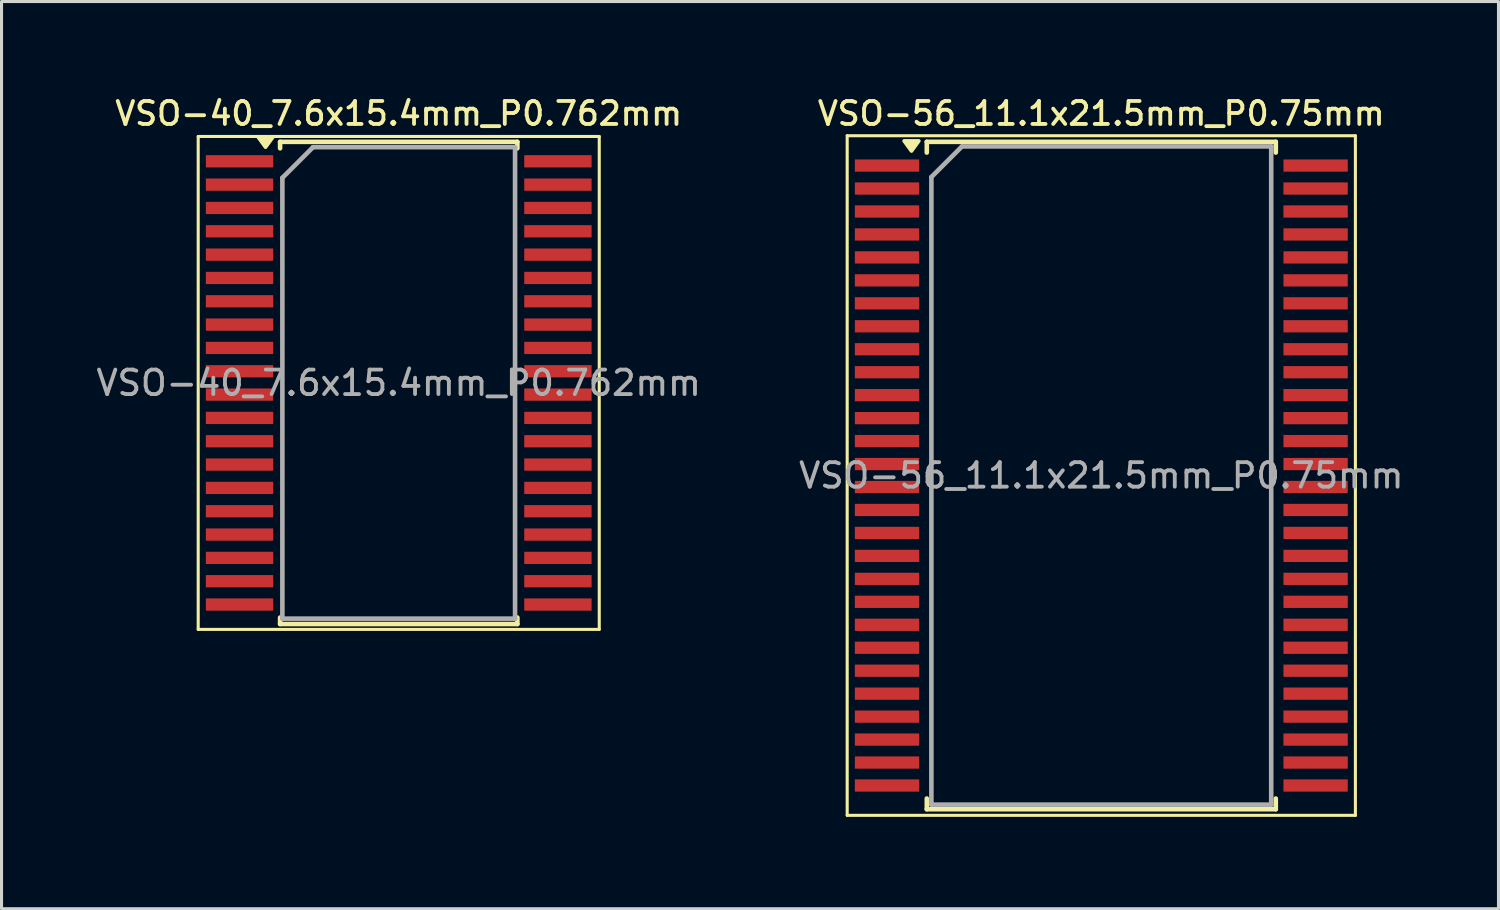
<source format=kicad_pcb>
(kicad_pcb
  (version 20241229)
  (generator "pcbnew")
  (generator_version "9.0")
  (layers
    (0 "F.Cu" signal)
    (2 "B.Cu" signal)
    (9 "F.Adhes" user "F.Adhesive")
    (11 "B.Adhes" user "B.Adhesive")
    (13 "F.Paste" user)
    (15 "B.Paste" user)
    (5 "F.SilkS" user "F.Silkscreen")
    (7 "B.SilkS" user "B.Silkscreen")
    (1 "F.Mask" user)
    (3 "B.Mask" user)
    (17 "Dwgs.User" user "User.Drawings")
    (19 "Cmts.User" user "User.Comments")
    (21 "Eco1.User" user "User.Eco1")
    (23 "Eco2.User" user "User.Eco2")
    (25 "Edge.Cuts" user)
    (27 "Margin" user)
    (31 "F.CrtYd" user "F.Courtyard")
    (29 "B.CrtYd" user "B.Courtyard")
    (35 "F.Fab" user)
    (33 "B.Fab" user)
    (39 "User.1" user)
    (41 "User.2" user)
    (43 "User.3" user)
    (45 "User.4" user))
  (footprint "VSO-40_7.6x15.4mm_P0.762mm"
    (layer "F.Cu")
    (at 9.974 9.458)
    (property "Reference" "VSO-40_7.6x15.4mm_P0.762mm" (at 0 -8.8 0) (layer "F.SilkS") (effects (font (size 0.75 0.75) (thickness 0.125))))
    (attr smd)
    (fp_line (start -6.55 -8.05) (end -6.55 8.05) (stroke (width 0.1) (type solid)) (layer "F.SilkS"))
    (fp_line (start -6.55 -8.05) (end 6.55 -8.05) (stroke (width 0.1) (type solid)) (layer "F.SilkS"))
    (fp_line (start -6.55 8.05) (end 6.55 8.05) (stroke (width 0.1) (type solid)) (layer "F.SilkS"))
    (fp_line (start -3.875 -7.875) (end -3.875 -7.664) (stroke (width 0.15) (type solid)) (layer "F.SilkS"))
    (fp_line (start -3.875 -7.875) (end 3.875 -7.875) (stroke (width 0.15) (type solid)) (layer "F.SilkS"))
    (fp_line (start -3.875 7.875) (end -3.875 7.664) (stroke (width 0.15) (type solid)) (layer "F.SilkS"))
    (fp_line (start -3.875 7.875) (end 3.875 7.875) (stroke (width 0.15) (type solid)) (layer "F.SilkS"))
    (fp_line (start 3.875 -7.875) (end 3.875 -7.664) (stroke (width 0.15) (type solid)) (layer "F.SilkS"))
    (fp_line (start 3.875 7.875) (end 3.875 7.664) (stroke (width 0.15) (type solid)) (layer "F.SilkS"))
    (fp_line (start 6.55 -8.05) (end 6.55 8.05) (stroke (width 0.1) (type solid)) (layer "F.SilkS"))
    (fp_poly (pts (xy -4.35 -7.7) (xy -4.59 -8.03) (xy -4.11 -8.03) (xy -4.35 -7.7)) (stroke (width 0.12) (type solid)) (fill yes) (layer "F.SilkS"))
    (fp_line (start -3.8 -6.7) (end -2.8 -7.7) (stroke (width 0.15) (type solid)) (layer "F.Fab"))
    (fp_line (start -3.8 7.7) (end -3.8 -6.7) (stroke (width 0.15) (type solid)) (layer "F.Fab"))
    (fp_line (start -2.8 -7.7) (end 3.8 -7.7) (stroke (width 0.15) (type solid)) (layer "F.Fab"))
    (fp_line (start 3.8 -7.7) (end 3.8 7.7) (stroke (width 0.15) (type solid)) (layer "F.Fab"))
    (fp_line (start 3.8 7.7) (end -3.8 7.7) (stroke (width 0.15) (type solid)) (layer "F.Fab"))
    (fp_text user "${REFERENCE}" (at 0 0 0) (layer "F.Fab") (effects (font (size 0.8 0.8) (thickness 0.125))))
    (pad "1" smd rect (at -5.2 -7.239) (size 2.2 0.4) (layers "F.Cu" "F.Mask" "F.Paste"))
    (pad "2" smd rect (at -5.2 -6.477) (size 2.2 0.4) (layers "F.Cu" "F.Mask" "F.Paste"))
    (pad "3" smd rect (at -5.2 -5.715) (size 2.2 0.4) (layers "F.Cu" "F.Mask" "F.Paste"))
    (pad "4" smd rect (at -5.2 -4.953) (size 2.2 0.4) (layers "F.Cu" "F.Mask" "F.Paste"))
    (pad "5" smd rect (at -5.2 -4.191) (size 2.2 0.4) (layers "F.Cu" "F.Mask" "F.Paste"))
    (pad "6" smd rect (at -5.2 -3.429) (size 2.2 0.4) (layers "F.Cu" "F.Mask" "F.Paste"))
    (pad "7" smd rect (at -5.2 -2.667) (size 2.2 0.4) (layers "F.Cu" "F.Mask" "F.Paste"))
    (pad "8" smd rect (at -5.2 -1.905) (size 2.2 0.4) (layers "F.Cu" "F.Mask" "F.Paste"))
    (pad "9" smd rect (at -5.2 -1.143) (size 2.2 0.4) (layers "F.Cu" "F.Mask" "F.Paste"))
    (pad "10" smd rect (at -5.2 -0.381) (size 2.2 0.4) (layers "F.Cu" "F.Mask" "F.Paste"))
    (pad "11" smd rect (at -5.2 0.381) (size 2.2 0.4) (layers "F.Cu" "F.Mask" "F.Paste"))
    (pad "12" smd rect (at -5.2 1.143) (size 2.2 0.4) (layers "F.Cu" "F.Mask" "F.Paste"))
    (pad "13" smd rect (at -5.2 1.905) (size 2.2 0.4) (layers "F.Cu" "F.Mask" "F.Paste"))
    (pad "14" smd rect (at -5.2 2.667) (size 2.2 0.4) (layers "F.Cu" "F.Mask" "F.Paste"))
    (pad "15" smd rect (at -5.2 3.429) (size 2.2 0.4) (layers "F.Cu" "F.Mask" "F.Paste"))
    (pad "16" smd rect (at -5.2 4.191) (size 2.2 0.4) (layers "F.Cu" "F.Mask" "F.Paste"))
    (pad "17" smd rect (at -5.2 4.953) (size 2.2 0.4) (layers "F.Cu" "F.Mask" "F.Paste"))
    (pad "18" smd rect (at -5.2 5.715) (size 2.2 0.4) (layers "F.Cu" "F.Mask" "F.Paste"))
    (pad "19" smd rect (at -5.2 6.477) (size 2.2 0.4) (layers "F.Cu" "F.Mask" "F.Paste"))
    (pad "20" smd rect (at -5.2 7.239) (size 2.2 0.4) (layers "F.Cu" "F.Mask" "F.Paste"))
    (pad "21" smd rect (at 5.2 7.239) (size 2.2 0.4) (layers "F.Cu" "F.Mask" "F.Paste"))
    (pad "22" smd rect (at 5.2 6.477) (size 2.2 0.4) (layers "F.Cu" "F.Mask" "F.Paste"))
    (pad "23" smd rect (at 5.2 5.715) (size 2.2 0.4) (layers "F.Cu" "F.Mask" "F.Paste"))
    (pad "24" smd rect (at 5.2 4.953) (size 2.2 0.4) (layers "F.Cu" "F.Mask" "F.Paste"))
    (pad "25" smd rect (at 5.2 4.191) (size 2.2 0.4) (layers "F.Cu" "F.Mask" "F.Paste"))
    (pad "26" smd rect (at 5.2 3.429) (size 2.2 0.4) (layers "F.Cu" "F.Mask" "F.Paste"))
    (pad "27" smd rect (at 5.2 2.667) (size 2.2 0.4) (layers "F.Cu" "F.Mask" "F.Paste"))
    (pad "28" smd rect (at 5.2 1.905) (size 2.2 0.4) (layers "F.Cu" "F.Mask" "F.Paste"))
    (pad "29" smd rect (at 5.2 1.143) (size 2.2 0.4) (layers "F.Cu" "F.Mask" "F.Paste"))
    (pad "30" smd rect (at 5.2 0.381) (size 2.2 0.4) (layers "F.Cu" "F.Mask" "F.Paste"))
    (pad "31" smd rect (at 5.2 -0.381) (size 2.2 0.4) (layers "F.Cu" "F.Mask" "F.Paste"))
    (pad "32" smd rect (at 5.2 -1.143) (size 2.2 0.4) (layers "F.Cu" "F.Mask" "F.Paste"))
    (pad "33" smd rect (at 5.2 -1.905) (size 2.2 0.4) (layers "F.Cu" "F.Mask" "F.Paste"))
    (pad "34" smd rect (at 5.2 -2.667) (size 2.2 0.4) (layers "F.Cu" "F.Mask" "F.Paste"))
    (pad "35" smd rect (at 5.2 -3.429) (size 2.2 0.4) (layers "F.Cu" "F.Mask" "F.Paste"))
    (pad "36" smd rect (at 5.2 -4.191) (size 2.2 0.4) (layers "F.Cu" "F.Mask" "F.Paste"))
    (pad "37" smd rect (at 5.2 -4.953) (size 2.2 0.4) (layers "F.Cu" "F.Mask" "F.Paste"))
    (pad "38" smd rect (at 5.2 -5.715) (size 2.2 0.4) (layers "F.Cu" "F.Mask" "F.Paste"))
    (pad "39" smd rect (at 5.2 -6.477) (size 2.2 0.4) (layers "F.Cu" "F.Mask" "F.Paste"))
    (pad "40" smd rect (at 5.2 -7.239) (size 2.2 0.4) (layers "F.Cu" "F.Mask" "F.Paste")))
  (footprint "VSO-56_11.1x21.5mm_P0.75mm"
    (layer "F.Cu")
    (at 32.923 12.483)
    (property "Reference" "VSO-56_11.1x21.5mm_P0.75mm" (at 0 -11.825 0) (layer "F.SilkS") (effects (font (size 0.75 0.75) (thickness 0.125))))
    (attr smd)
    (fp_line (start -8.3 -11.1) (end -8.3 11.1) (stroke (width 0.1) (type solid)) (layer "F.SilkS"))
    (fp_line (start -8.3 -11.1) (end 8.3 -11.1) (stroke (width 0.1) (type solid)) (layer "F.SilkS"))
    (fp_line (start -8.3 11.1) (end 8.3 11.1) (stroke (width 0.1) (type solid)) (layer "F.SilkS"))
    (fp_line (start -5.7 -10.9) (end -5.7 -10.55) (stroke (width 0.15) (type solid)) (layer "F.SilkS"))
    (fp_line (start -5.7 -10.9) (end 5.7 -10.9) (stroke (width 0.15) (type solid)) (layer "F.SilkS"))
    (fp_line (start -5.7 10.9) (end -5.7 10.55) (stroke (width 0.15) (type solid)) (layer "F.SilkS"))
    (fp_line (start -5.7 10.9) (end 5.7 10.9) (stroke (width 0.15) (type solid)) (layer "F.SilkS"))
    (fp_line (start 5.7 -10.9) (end 5.7 -10.55) (stroke (width 0.15) (type solid)) (layer "F.SilkS"))
    (fp_line (start 5.7 10.9) (end 5.7 10.55) (stroke (width 0.15) (type solid)) (layer "F.SilkS"))
    (fp_line (start 8.3 -11.1) (end 8.3 11.1) (stroke (width 0.1) (type solid)) (layer "F.SilkS"))
    (fp_poly (pts (xy -6.2 -10.6) (xy -6.44 -10.93) (xy -5.96 -10.93) (xy -6.2 -10.6)) (stroke (width 0.12) (type solid)) (fill yes) (layer "F.SilkS"))
    (fp_line (start -5.55 -9.75) (end -4.55 -10.75) (stroke (width 0.15) (type solid)) (layer "F.Fab"))
    (fp_line (start -5.55 10.75) (end -5.55 -9.75) (stroke (width 0.15) (type solid)) (layer "F.Fab"))
    (fp_line (start -4.55 -10.75) (end 5.55 -10.75) (stroke (width 0.15) (type solid)) (layer "F.Fab"))
    (fp_line (start 5.55 -10.75) (end 5.55 10.75) (stroke (width 0.15) (type solid)) (layer "F.Fab"))
    (fp_line (start 5.55 10.75) (end -5.55 10.75) (stroke (width 0.15) (type solid)) (layer "F.Fab"))
    (fp_text user "${REFERENCE}" (at 0 0 0) (layer "F.Fab") (effects (font (size 0.8 0.8) (thickness 0.125))))
    (pad "1" smd rect (at -7 -10.125) (size 2.1 0.4) (layers "F.Cu" "F.Mask" "F.Paste"))
    (pad "2" smd rect (at -7 -9.375) (size 2.1 0.4) (layers "F.Cu" "F.Mask" "F.Paste"))
    (pad "3" smd rect (at -7 -8.625) (size 2.1 0.4) (layers "F.Cu" "F.Mask" "F.Paste"))
    (pad "4" smd rect (at -7 -7.875) (size 2.1 0.4) (layers "F.Cu" "F.Mask" "F.Paste"))
    (pad "5" smd rect (at -7 -7.125) (size 2.1 0.4) (layers "F.Cu" "F.Mask" "F.Paste"))
    (pad "6" smd rect (at -7 -6.375) (size 2.1 0.4) (layers "F.Cu" "F.Mask" "F.Paste"))
    (pad "7" smd rect (at -7 -5.625) (size 2.1 0.4) (layers "F.Cu" "F.Mask" "F.Paste"))
    (pad "8" smd rect (at -7 -4.875) (size 2.1 0.4) (layers "F.Cu" "F.Mask" "F.Paste"))
    (pad "9" smd rect (at -7 -4.125) (size 2.1 0.4) (layers "F.Cu" "F.Mask" "F.Paste"))
    (pad "10" smd rect (at -7 -3.375) (size 2.1 0.4) (layers "F.Cu" "F.Mask" "F.Paste"))
    (pad "11" smd rect (at -7 -2.625) (size 2.1 0.4) (layers "F.Cu" "F.Mask" "F.Paste"))
    (pad "12" smd rect (at -7 -1.875) (size 2.1 0.4) (layers "F.Cu" "F.Mask" "F.Paste"))
    (pad "13" smd rect (at -7 -1.125) (size 2.1 0.4) (layers "F.Cu" "F.Mask" "F.Paste"))
    (pad "14" smd rect (at -7 -0.375) (size 2.1 0.4) (layers "F.Cu" "F.Mask" "F.Paste"))
    (pad "15" smd rect (at -7 0.375) (size 2.1 0.4) (layers "F.Cu" "F.Mask" "F.Paste"))
    (pad "16" smd rect (at -7 1.125) (size 2.1 0.4) (layers "F.Cu" "F.Mask" "F.Paste"))
    (pad "17" smd rect (at -7 1.875) (size 2.1 0.4) (layers "F.Cu" "F.Mask" "F.Paste"))
    (pad "18" smd rect (at -7 2.625) (size 2.1 0.4) (layers "F.Cu" "F.Mask" "F.Paste"))
    (pad "19" smd rect (at -7 3.375) (size 2.1 0.4) (layers "F.Cu" "F.Mask" "F.Paste"))
    (pad "20" smd rect (at -7 4.125) (size 2.1 0.4) (layers "F.Cu" "F.Mask" "F.Paste"))
    (pad "21" smd rect (at -7 4.875) (size 2.1 0.4) (layers "F.Cu" "F.Mask" "F.Paste"))
    (pad "22" smd rect (at -7 5.625) (size 2.1 0.4) (layers "F.Cu" "F.Mask" "F.Paste"))
    (pad "23" smd rect (at -7 6.375) (size 2.1 0.4) (layers "F.Cu" "F.Mask" "F.Paste"))
    (pad "24" smd rect (at -7 7.125) (size 2.1 0.4) (layers "F.Cu" "F.Mask" "F.Paste"))
    (pad "25" smd rect (at -7 7.875) (size 2.1 0.4) (layers "F.Cu" "F.Mask" "F.Paste"))
    (pad "26" smd rect (at -7 8.625) (size 2.1 0.4) (layers "F.Cu" "F.Mask" "F.Paste"))
    (pad "27" smd rect (at -7 9.375) (size 2.1 0.4) (layers "F.Cu" "F.Mask" "F.Paste"))
    (pad "28" smd rect (at -7 10.125) (size 2.1 0.4) (layers "F.Cu" "F.Mask" "F.Paste"))
    (pad "29" smd rect (at 7 10.125) (size 2.1 0.4) (layers "F.Cu" "F.Mask" "F.Paste"))
    (pad "30" smd rect (at 7 9.375) (size 2.1 0.4) (layers "F.Cu" "F.Mask" "F.Paste"))
    (pad "31" smd rect (at 7 8.625) (size 2.1 0.4) (layers "F.Cu" "F.Mask" "F.Paste"))
    (pad "32" smd rect (at 7 7.875) (size 2.1 0.4) (layers "F.Cu" "F.Mask" "F.Paste"))
    (pad "33" smd rect (at 7 7.125) (size 2.1 0.4) (layers "F.Cu" "F.Mask" "F.Paste"))
    (pad "34" smd rect (at 7 6.375) (size 2.1 0.4) (layers "F.Cu" "F.Mask" "F.Paste"))
    (pad "35" smd rect (at 7 5.625) (size 2.1 0.4) (layers "F.Cu" "F.Mask" "F.Paste"))
    (pad "36" smd rect (at 7 4.875) (size 2.1 0.4) (layers "F.Cu" "F.Mask" "F.Paste"))
    (pad "37" smd rect (at 7 4.125) (size 2.1 0.4) (layers "F.Cu" "F.Mask" "F.Paste"))
    (pad "38" smd rect (at 7 3.375) (size 2.1 0.4) (layers "F.Cu" "F.Mask" "F.Paste"))
    (pad "39" smd rect (at 7 2.625) (size 2.1 0.4) (layers "F.Cu" "F.Mask" "F.Paste"))
    (pad "40" smd rect (at 7 1.875) (size 2.1 0.4) (layers "F.Cu" "F.Mask" "F.Paste"))
    (pad "41" smd rect (at 7 1.125) (size 2.1 0.4) (layers "F.Cu" "F.Mask" "F.Paste"))
    (pad "42" smd rect (at 7 0.375) (size 2.1 0.4) (layers "F.Cu" "F.Mask" "F.Paste"))
    (pad "43" smd rect (at 7 -0.375) (size 2.1 0.4) (layers "F.Cu" "F.Mask" "F.Paste"))
    (pad "44" smd rect (at 7 -1.125) (size 2.1 0.4) (layers "F.Cu" "F.Mask" "F.Paste"))
    (pad "45" smd rect (at 7 -1.875) (size 2.1 0.4) (layers "F.Cu" "F.Mask" "F.Paste"))
    (pad "46" smd rect (at 7 -2.625) (size 2.1 0.4) (layers "F.Cu" "F.Mask" "F.Paste"))
    (pad "47" smd rect (at 7 -3.375) (size 2.1 0.4) (layers "F.Cu" "F.Mask" "F.Paste"))
    (pad "48" smd rect (at 7 -4.125) (size 2.1 0.4) (layers "F.Cu" "F.Mask" "F.Paste"))
    (pad "49" smd rect (at 7 -4.875) (size 2.1 0.4) (layers "F.Cu" "F.Mask" "F.Paste"))
    (pad "50" smd rect (at 7 -5.625) (size 2.1 0.4) (layers "F.Cu" "F.Mask" "F.Paste"))
    (pad "51" smd rect (at 7 -6.375) (size 2.1 0.4) (layers "F.Cu" "F.Mask" "F.Paste"))
    (pad "52" smd rect (at 7 -7.125) (size 2.1 0.4) (layers "F.Cu" "F.Mask" "F.Paste"))
    (pad "53" smd rect (at 7 -7.875) (size 2.1 0.4) (layers "F.Cu" "F.Mask" "F.Paste"))
    (pad "54" smd rect (at 7 -8.625) (size 2.1 0.4) (layers "F.Cu" "F.Mask" "F.Paste"))
    (pad "55" smd rect (at 7 -9.375) (size 2.1 0.4) (layers "F.Cu" "F.Mask" "F.Paste"))
    (pad "56" smd rect (at 7 -10.125) (size 2.1 0.4) (layers "F.Cu" "F.Mask" "F.Paste")))
  (gr_rect
    (start -3 -3)
    (end 45.897 26.633)
    (stroke (width 0.1) (type default))
    (fill no)
    (layer "Edge.Cuts")))
</source>
